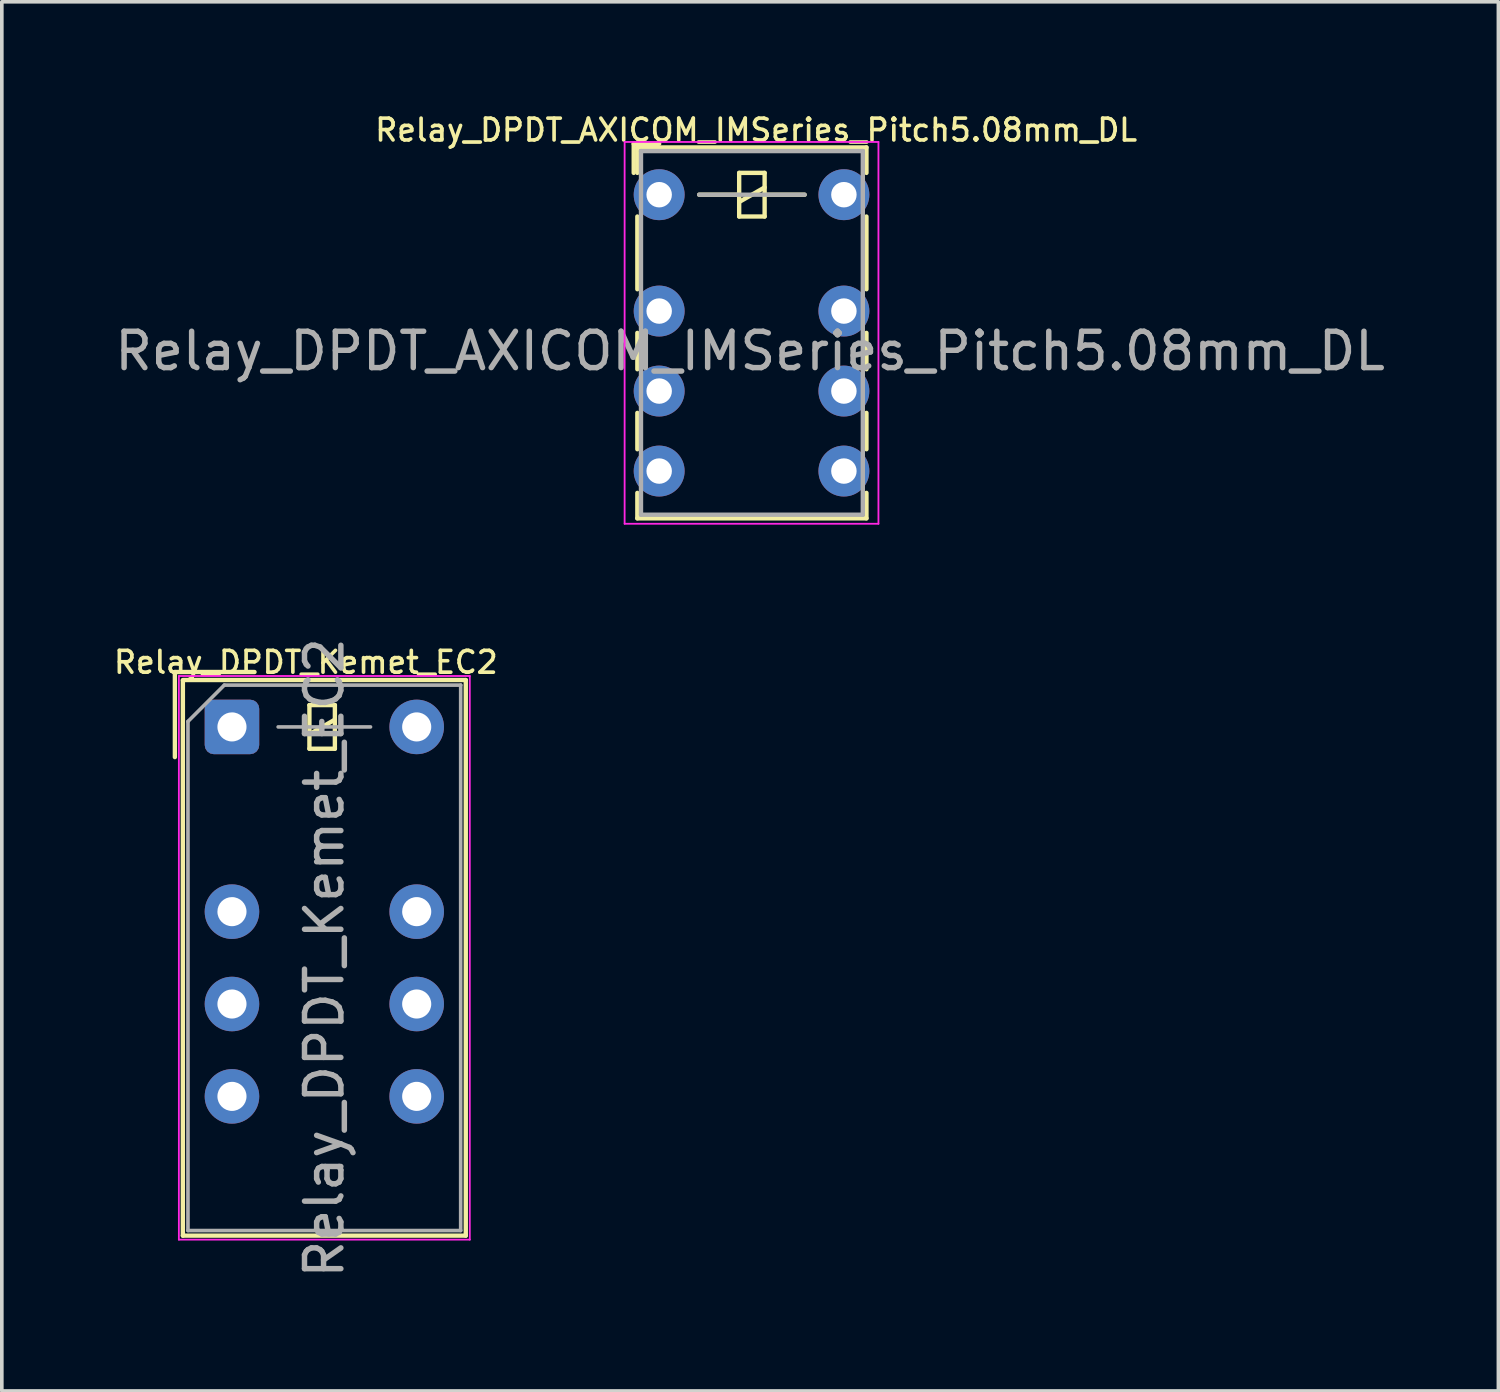
<source format=kicad_pcb>
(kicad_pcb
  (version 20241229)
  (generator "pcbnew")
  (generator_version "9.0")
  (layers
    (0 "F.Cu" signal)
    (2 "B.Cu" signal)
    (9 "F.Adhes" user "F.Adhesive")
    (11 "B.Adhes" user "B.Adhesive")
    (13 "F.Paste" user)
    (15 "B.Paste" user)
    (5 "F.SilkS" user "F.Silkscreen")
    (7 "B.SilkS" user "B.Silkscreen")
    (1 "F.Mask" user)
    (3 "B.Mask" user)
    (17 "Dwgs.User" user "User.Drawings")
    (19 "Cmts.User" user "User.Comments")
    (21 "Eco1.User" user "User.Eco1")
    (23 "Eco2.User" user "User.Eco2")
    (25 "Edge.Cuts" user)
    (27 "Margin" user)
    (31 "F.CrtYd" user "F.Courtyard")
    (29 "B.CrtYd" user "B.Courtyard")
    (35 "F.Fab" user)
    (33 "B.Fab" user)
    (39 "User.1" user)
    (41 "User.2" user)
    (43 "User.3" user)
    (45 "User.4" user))
  (footprint "Relay_DPDT_AXICOM_IMSeries_Pitch5.08mm_DL"
    (layer "F.Cu")
    (at 15.077 2.304)
    (property "Reference" "Relay_DPDT_AXICOM_IMSeries_Pitch5.08mm_DL" (at 2.667 -1.778 0) (layer "F.SilkS") (effects (font (size 0.6 0.6) (thickness 0.1))))
    (attr through_hole)
    (fp_line (start -0.7 -1.4) (end 0 -1.4) (stroke (width 0.12) (type solid)) (layer "F.SilkS"))
    (fp_line (start -0.7 -0.6) (end -0.7 -1.4) (stroke (width 0.12) (type solid)) (layer "F.SilkS"))
    (fp_line (start -0.6 -1.3) (end 5.7 -1.3) (stroke (width 0.12) (type solid)) (layer "F.SilkS"))
    (fp_line (start -0.6 -0.6) (end -0.6 -1.3) (stroke (width 0.12) (type solid)) (layer "F.SilkS"))
    (fp_line (start -0.6 2.6) (end -0.6 0.6) (stroke (width 0.12) (type solid)) (layer "F.SilkS"))
    (fp_line (start -0.6 4.8) (end -0.6 3.8) (stroke (width 0.12) (type solid)) (layer "F.SilkS"))
    (fp_line (start -0.6 7) (end -0.6 6) (stroke (width 0.12) (type solid)) (layer "F.SilkS"))
    (fp_line (start -0.6 8.2) (end -0.6 8.9) (stroke (width 0.12) (type solid)) (layer "F.SilkS"))
    (fp_line (start 2.2 -0.6) (end 2.2 0.6) (stroke (width 0.12) (type solid)) (layer "F.SilkS"))
    (fp_line (start 2.2 0) (end 1.1 0) (stroke (width 0.12) (type solid)) (layer "F.SilkS"))
    (fp_line (start 2.2 0.2) (end 2.9 -0.2) (stroke (width 0.12) (type solid)) (layer "F.SilkS"))
    (fp_line (start 2.2 0.6) (end 2.9 0.6) (stroke (width 0.12) (type solid)) (layer "F.SilkS"))
    (fp_line (start 2.9 -0.6) (end 2.2 -0.6) (stroke (width 0.12) (type solid)) (layer "F.SilkS"))
    (fp_line (start 2.9 0) (end 4 0) (stroke (width 0.12) (type solid)) (layer "F.SilkS"))
    (fp_line (start 2.9 0.6) (end 2.9 -0.6) (stroke (width 0.12) (type solid)) (layer "F.SilkS"))
    (fp_line (start 5.7 -1.3) (end 5.7 -0.6) (stroke (width 0.12) (type solid)) (layer "F.SilkS"))
    (fp_line (start 5.7 0.6) (end 5.7 2.6) (stroke (width 0.12) (type solid)) (layer "F.SilkS"))
    (fp_line (start 5.7 3.8) (end 5.7 4.8) (stroke (width 0.12) (type solid)) (layer "F.SilkS"))
    (fp_line (start 5.7 6) (end 5.7 7) (stroke (width 0.12) (type solid)) (layer "F.SilkS"))
    (fp_line (start 5.7 8.2) (end 5.7 8.9) (stroke (width 0.12) (type solid)) (layer "F.SilkS"))
    (fp_line (start 5.7 8.9) (end -0.6 8.9) (stroke (width 0.12) (type solid)) (layer "F.SilkS"))
    (fp_line (start -0.95 -1.45) (end -0.95 9.05) (stroke (width 0.05) (type solid)) (layer "F.CrtYd"))
    (fp_line (start -0.95 -1.45) (end 6.03 -1.45) (stroke (width 0.05) (type solid)) (layer "F.CrtYd"))
    (fp_line (start 6.03 9.05) (end -0.95 9.05) (stroke (width 0.05) (type solid)) (layer "F.CrtYd"))
    (fp_line (start 6.03 9.05) (end 6.03 -1.45) (stroke (width 0.05) (type solid)) (layer "F.CrtYd"))
    (fp_line (start -0.5 -1.2) (end -0.5 8.8) (stroke (width 0.12) (type solid)) (layer "F.Fab"))
    (fp_line (start -0.5 8.8) (end 5.6 8.8) (stroke (width 0.12) (type solid)) (layer "F.Fab"))
    (fp_line (start 1.1 0) (end 4 0) (stroke (width 0.12) (type solid)) (layer "F.Fab"))
    (fp_line (start 5.6 -1.2) (end -0.5 -1.2) (stroke (width 0.12) (type solid)) (layer "F.Fab"))
    (fp_line (start 5.6 8.8) (end 5.6 -1.2) (stroke (width 0.12) (type solid)) (layer "F.Fab"))
    (fp_text user "${REFERENCE}" (at 2.5 4.3 0) (layer "F.Fab") (effects (font (size 1 1) (thickness 0.15))))
    (pad "1" thru_hole circle (at 0 0) (size 1.4 1.4) (drill 0.7) (layers "*.Cu" "*.Mask"))
    (pad "2" thru_hole circle (at 0 3.2) (size 1.4 1.4) (drill 0.7) (layers "*.Cu" "*.Mask"))
    (pad "3" thru_hole circle (at 0 5.4) (size 1.4 1.4) (drill 0.7) (layers "*.Cu" "*.Mask"))
    (pad "4" thru_hole circle (at 0 7.6) (size 1.4 1.4) (drill 0.7) (layers "*.Cu" "*.Mask"))
    (pad "5" thru_hole circle (at 5.08 7.6) (size 1.4 1.4) (drill 0.7) (layers "*.Cu" "*.Mask"))
    (pad "6" thru_hole circle (at 5.08 5.4) (size 1.4 1.4) (drill 0.7) (layers "*.Cu" "*.Mask"))
    (pad "7" thru_hole circle (at 5.08 3.2) (size 1.4 1.4) (drill 0.7) (layers "*.Cu" "*.Mask"))
    (pad "8" thru_hole circle (at 5.08 0) (size 1.4 1.4) (drill 0.7) (layers "*.Cu" "*.Mask")))
  (footprint "Relay_DPDT_Kemet_EC2"
    (layer "F.Cu")
    (at 3.329 16.94)
    (property "Reference" "Relay_DPDT_Kemet_EC2" (at 2.032 -1.778 180) (layer "F.SilkS") (effects (font (size 0.6 0.6) (thickness 0.1))))
    (attr through_hole)
    (fp_line (start -1.57 -1.51) (end 0.62 -1.51) (stroke (width 0.12) (type solid)) (layer "F.SilkS"))
    (fp_line (start -1.57 0.83) (end -1.57 -1.51) (stroke (width 0.12) (type solid)) (layer "F.SilkS"))
    (fp_line (start -1.35 -1.27) (end -1.35 13.99) (stroke (width 0.12) (type solid)) (layer "F.SilkS"))
    (fp_line (start 2.13 -0.6) (end 2.13 0.6) (stroke (width 0.12) (type solid)) (layer "F.SilkS"))
    (fp_line (start 2.13 0.2) (end 2.83 -0.2) (stroke (width 0.12) (type solid)) (layer "F.SilkS"))
    (fp_line (start 2.13 0.6) (end 2.83 0.6) (stroke (width 0.12) (type solid)) (layer "F.SilkS"))
    (fp_line (start 2.83 -0.6) (end 2.13 -0.6) (stroke (width 0.12) (type solid)) (layer "F.SilkS"))
    (fp_line (start 2.83 0.6) (end 2.83 -0.6) (stroke (width 0.12) (type solid)) (layer "F.SilkS"))
    (fp_line (start 6.43 -1.29) (end -1.35 -1.29) (stroke (width 0.12) (type solid)) (layer "F.SilkS"))
    (fp_line (start 6.43 -1.29) (end 6.43 13.99) (stroke (width 0.12) (type solid)) (layer "F.SilkS"))
    (fp_line (start 6.43 13.99) (end -1.35 13.99) (stroke (width 0.12) (type solid)) (layer "F.SilkS"))
    (fp_line (start -1.46 -1.4) (end -1.46 14.1) (stroke (width 0.05) (type solid)) (layer "F.CrtYd"))
    (fp_line (start -1.46 14.1) (end 6.54 14.1) (stroke (width 0.05) (type solid)) (layer "F.CrtYd"))
    (fp_line (start 6.54 -1.4) (end -1.46 -1.4) (stroke (width 0.05) (type solid)) (layer "F.CrtYd"))
    (fp_line (start 6.54 -1.4) (end 6.54 14.1) (stroke (width 0.05) (type solid)) (layer "F.CrtYd"))
    (fp_line (start -1.21 -0.15) (end -1.21 13.85) (stroke (width 0.1) (type solid)) (layer "F.Fab"))
    (fp_line (start -1.21 -0.15) (end -0.21 -1.15) (stroke (width 0.1) (type solid)) (layer "F.Fab"))
    (fp_line (start 1.27 0) (end 3.81 0) (stroke (width 0.1) (type solid)) (layer "F.Fab"))
    (fp_line (start 6.29 -1.15) (end -0.21 -1.15) (stroke (width 0.1) (type solid)) (layer "F.Fab"))
    (fp_line (start 6.29 -1.15) (end 6.29 13.85) (stroke (width 0.1) (type solid)) (layer "F.Fab"))
    (fp_line (start 6.29 13.85) (end -1.21 13.85) (stroke (width 0.1) (type solid)) (layer "F.Fab"))
    (fp_text user "${REFERENCE}" (at 2.54 6.35 90) (layer "F.Fab") (effects (font (size 1 1) (thickness 0.15))))
    (pad "1" thru_hole roundrect (at 0 0) (size 1.5 1.5) (drill 0.8) (layers "*.Cu" "*.Mask") (roundrect_rratio 0.167))
    (pad "3" thru_hole circle (at 0 5.08) (size 1.5 1.5) (drill 0.8) (layers "*.Cu" "*.Mask"))
    (pad "4" thru_hole circle (at 0 7.62) (size 1.5 1.5) (drill 0.8) (layers "*.Cu" "*.Mask"))
    (pad "5" thru_hole circle (at 0 10.16) (size 1.5 1.5) (drill 0.8) (layers "*.Cu" "*.Mask"))
    (pad "8" thru_hole circle (at 5.08 10.16) (size 1.5 1.5) (drill 0.8) (layers "*.Cu" "*.Mask"))
    (pad "9" thru_hole circle (at 5.08 7.62) (size 1.5 1.5) (drill 0.8) (layers "*.Cu" "*.Mask"))
    (pad "10" thru_hole circle (at 5.08 5.08) (size 1.5 1.5) (drill 0.8) (layers "*.Cu" "*.Mask"))
    (pad "12" thru_hole circle (at 5.08 0) (size 1.5 1.5) (drill 0.8) (layers "*.Cu" "*.Mask")))
  (gr_rect
    (start -3 -3)
    (end 38.155 35.201)
    (stroke (width 0.1) (type default))
    (fill no)
    (layer "Edge.Cuts")))
</source>
